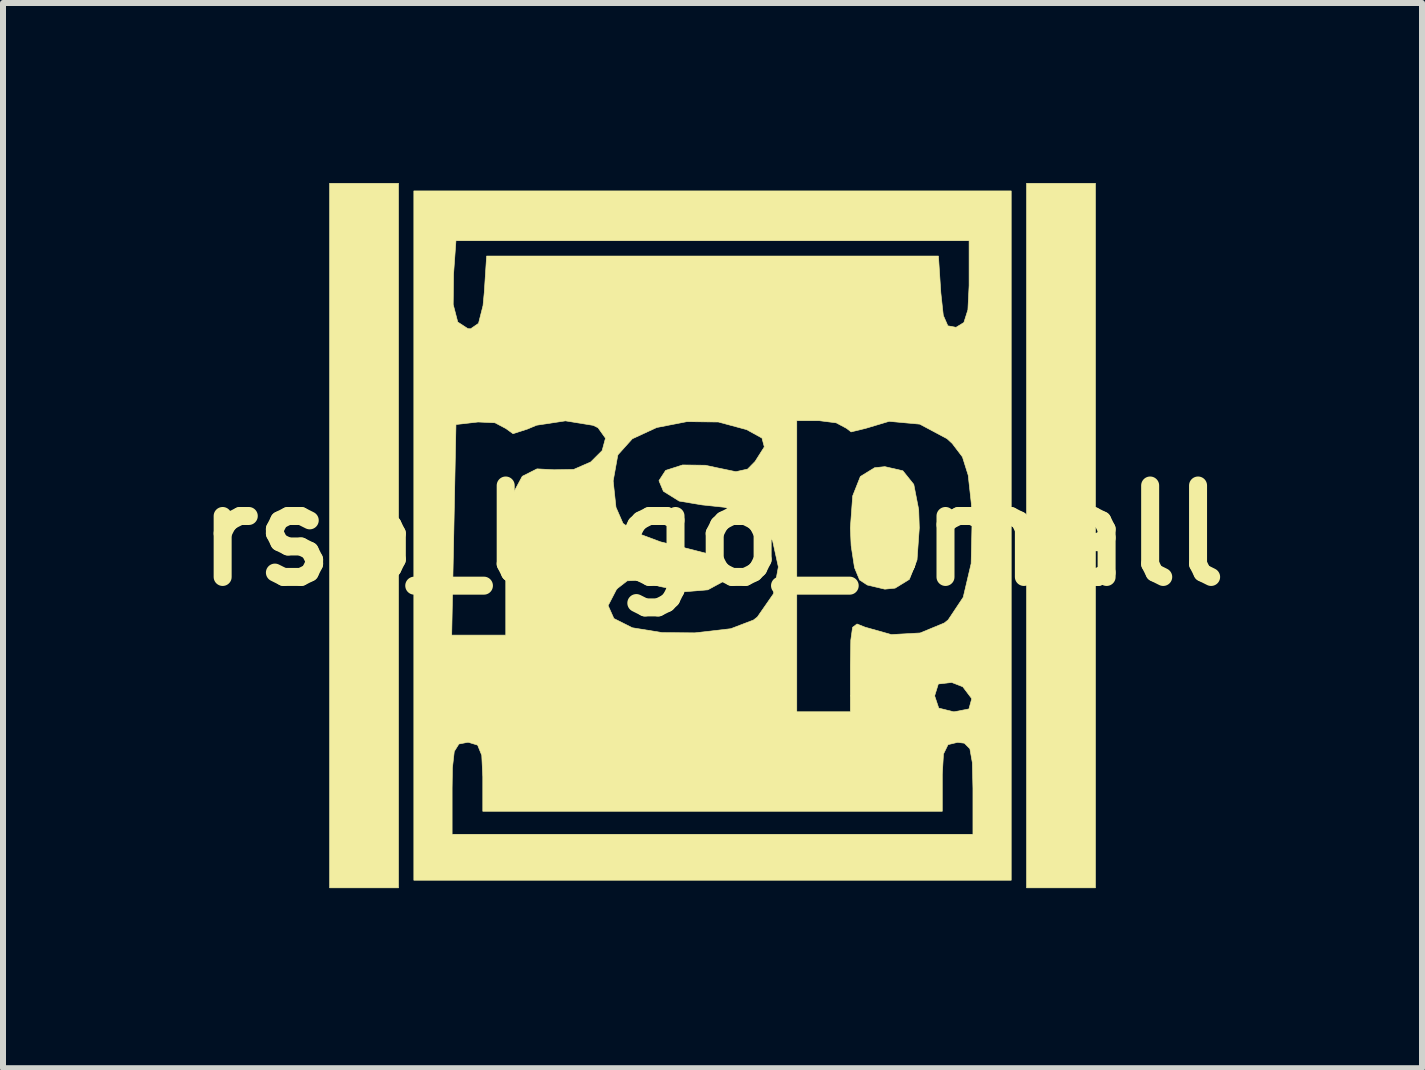
<source format=kicad_pcb>
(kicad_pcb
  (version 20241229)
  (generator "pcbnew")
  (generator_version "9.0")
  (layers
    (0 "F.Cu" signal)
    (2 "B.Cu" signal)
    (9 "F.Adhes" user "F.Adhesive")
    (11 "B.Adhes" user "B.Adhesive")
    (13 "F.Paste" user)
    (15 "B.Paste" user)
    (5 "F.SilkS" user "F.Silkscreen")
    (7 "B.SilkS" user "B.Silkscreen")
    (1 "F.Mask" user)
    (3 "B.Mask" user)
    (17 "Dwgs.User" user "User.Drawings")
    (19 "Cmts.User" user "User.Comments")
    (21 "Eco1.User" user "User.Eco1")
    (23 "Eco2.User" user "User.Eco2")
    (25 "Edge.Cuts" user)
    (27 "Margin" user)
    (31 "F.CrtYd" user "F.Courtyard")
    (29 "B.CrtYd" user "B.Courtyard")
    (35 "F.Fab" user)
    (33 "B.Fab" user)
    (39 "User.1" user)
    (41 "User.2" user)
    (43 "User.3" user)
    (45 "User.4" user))
  (footprint "rsp_logo_small"
    (layer "F.Cu")
    (at 8.825 5.876)
    (property "Reference" "rsp_logo_small" (at 0 0 0) (layer "F.SilkS") (effects (font (size 1.524 1.524) (thickness 0.3))))
    (attr through_hole)
    (fp_poly (pts (xy -5.233 5.871) (xy -6.382 5.871) (xy -6.382 -5.871) (xy -5.233 -5.871) (xy -5.233 5.871)) (stroke (width 0.01) (type solid)) (fill yes) (layer "F.SilkS"))
    (fp_poly (pts (xy 6.382 5.871) (xy 5.233 5.871) (xy 5.233 -5.871) (xy 6.382 -5.871) (xy 6.382 5.871)) (stroke (width 0.01) (type solid)) (fill yes) (layer "F.SilkS"))
    (fp_poly (pts (xy 3.172 -1.08) (xy 3.354 -0.853) (xy 3.436 -0.432) (xy 3.446 -0.128) (xy 3.408 0.407) (xy 3.28 0.73) (xy 3.043 0.876) (xy 2.872 0.893) (xy 2.579 0.824) (xy 2.451 0.74) (xy 2.366 0.534) (xy 2.31 0.168) (xy 2.297 -0.128) (xy 2.336 -0.662) (xy 2.464 -0.985) (xy 2.701 -1.131) (xy 2.872 -1.149) (xy 3.172 -1.08)) (stroke (width 0.01) (type solid)) (fill yes) (layer "F.SilkS"))
    (fp_poly (pts (xy 4.978 5.744) (xy -4.978 5.744) (xy -4.978 4.212) (xy -4.34 4.212) (xy -4.34 4.978) (xy 4.34 4.978) (xy 4.34 4.212) (xy 4.33 3.784) (xy 4.289 3.553) (xy 4.197 3.46) (xy 4.084 3.446) (xy 3.925 3.484) (xy 3.849 3.64) (xy 3.829 3.979) (xy 3.829 4.021) (xy 3.829 4.595) (xy -3.829 4.595) (xy -3.829 4.021) (xy -3.846 3.662) (xy -3.915 3.492) (xy -4.066 3.446) (xy -4.084 3.446) (xy -4.227 3.474) (xy -4.304 3.597) (xy -4.335 3.873) (xy -4.34 4.212) (xy -4.978 4.212) (xy -4.978 1.659) (xy -4.347 1.659) (xy -3.446 1.659) (xy -3.446 1.167) (xy -1.74 1.167) (xy -1.644 1.382) (xy -1.337 1.536) (xy -0.84 1.617) (xy -0.294 1.621) (xy 0.304 1.552) (xy 0.683 1.407) (xy 0.747 1.357) (xy 1.015 0.971) (xy 1.097 0.522) (xy 1.001 0.086) (xy 0.735 -0.259) (xy 0.56 -0.366) (xy 0.196 -0.472) (xy -0.172 -0.511) (xy -0.556 -0.575) (xy -0.819 -0.739) (xy -0.893 -0.915) (xy -0.782 -1.086) (xy -0.499 -1.177) (xy -0.12 -1.172) (xy 0.057 -1.134) (xy 0.389 -1.065) (xy 0.584 -1.108) (xy 0.709 -1.235) (xy 0.863 -1.478) (xy 0.824 -1.625) (xy 0.568 -1.766) (xy 0.097 -1.893) (xy -0.427 -1.899) (xy -0.93 -1.801) (xy -1.337 -1.613) (xy -1.574 -1.349) (xy -1.58 -1.334) (xy -1.656 -0.911) (xy -1.609 -0.471) (xy -1.492 -0.203) (xy -1.266 -0.044) (xy -0.865 0.105) (xy -0.567 0.178) (xy -0.086 0.301) (xy 0.171 0.441) (xy 0.232 0.547) (xy 0.17 0.769) (xy -0.078 0.904) (xy -0.45 0.935) (xy -0.887 0.846) (xy -0.892 0.844) (xy -1.225 0.746) (xy -1.422 0.754) (xy -1.58 0.877) (xy -1.603 0.902) (xy -1.74 1.167) (xy -3.446 1.167) (xy -3.446 0.539) (xy -3.42 -0.188) (xy -3.332 -0.689) (xy -3.171 -0.988) (xy -2.925 -1.112) (xy -2.643 -1.097) (xy -2.313 -1.103) (xy -2.031 -1.226) (xy -1.84 -1.416) (xy -1.784 -1.623) (xy -1.908 -1.797) (xy -1.989 -1.837) (xy -2.451 -1.912) (xy -2.933 -1.839) (xy -3.088 -1.774) (xy -3.325 -1.698) (xy -3.444 -1.784) (xy -3.626 -1.88) (xy -3.907 -1.893) (xy -4.276 -1.851) (xy -4.311 -0.096) (xy -4.347 1.659) (xy -4.978 1.659) (xy -4.978 -1.915) (xy 1.404 -1.915) (xy 1.404 2.936) (xy 2.297 2.936) (xy 2.297 2.67) (xy 3.702 2.67) (xy 3.702 2.672) (xy 3.77 2.875) (xy 4.014 2.936) (xy 4.03 2.936) (xy 4.273 2.889) (xy 4.318 2.726) (xy 4.316 2.712) (xy 4.17 2.519) (xy 3.987 2.448) (xy 3.763 2.473) (xy 3.702 2.67) (xy 2.297 2.67) (xy 2.297 2.165) (xy 2.304 1.744) (xy 2.334 1.529) (xy 2.408 1.473) (xy 2.544 1.527) (xy 2.544 1.527) (xy 2.981 1.65) (xy 3.46 1.623) (xy 3.862 1.457) (xy 3.927 1.405) (xy 4.178 1.028) (xy 4.31 0.467) (xy 4.327 -0.3) (xy 4.313 -0.534) (xy 4.261 -1.006) (xy 4.165 -1.311) (xy 3.994 -1.536) (xy 3.908 -1.615) (xy 3.454 -1.857) (xy 2.943 -1.904) (xy 2.552 -1.787) (xy 2.309 -1.728) (xy 2.234 -1.787) (xy 2.061 -1.879) (xy 1.779 -1.915) (xy 1.404 -1.915) (xy -4.978 -1.915) (xy -4.978 -3.851) (xy -4.322 -3.851) (xy -4.246 -3.559) (xy -4.077 -3.449) (xy -4.032 -3.446) (xy -3.9 -3.537) (xy -3.825 -3.832) (xy -3.804 -4.053) (xy -3.765 -4.659) (xy 3.765 -4.659) (xy 3.805 -4.045) (xy 3.846 -3.669) (xy 3.922 -3.496) (xy 4.057 -3.471) (xy 4.06 -3.472) (xy 4.189 -3.551) (xy 4.256 -3.763) (xy 4.276 -4.166) (xy 4.276 -4.214) (xy 4.276 -4.914) (xy -4.276 -4.914) (xy -4.316 -4.357) (xy -4.322 -3.851) (xy -4.978 -3.851) (xy -4.978 -5.744) (xy 4.978 -5.744) (xy 4.978 5.744)) (stroke (width 0.01) (type solid)) (fill yes) (layer "F.SilkS")))
  (gr_rect
    (start -3 -3)
    (end 20.649 14.753)
    (stroke (width 0.1) (type default))
    (fill no)
    (layer "Edge.Cuts")))
</source>
